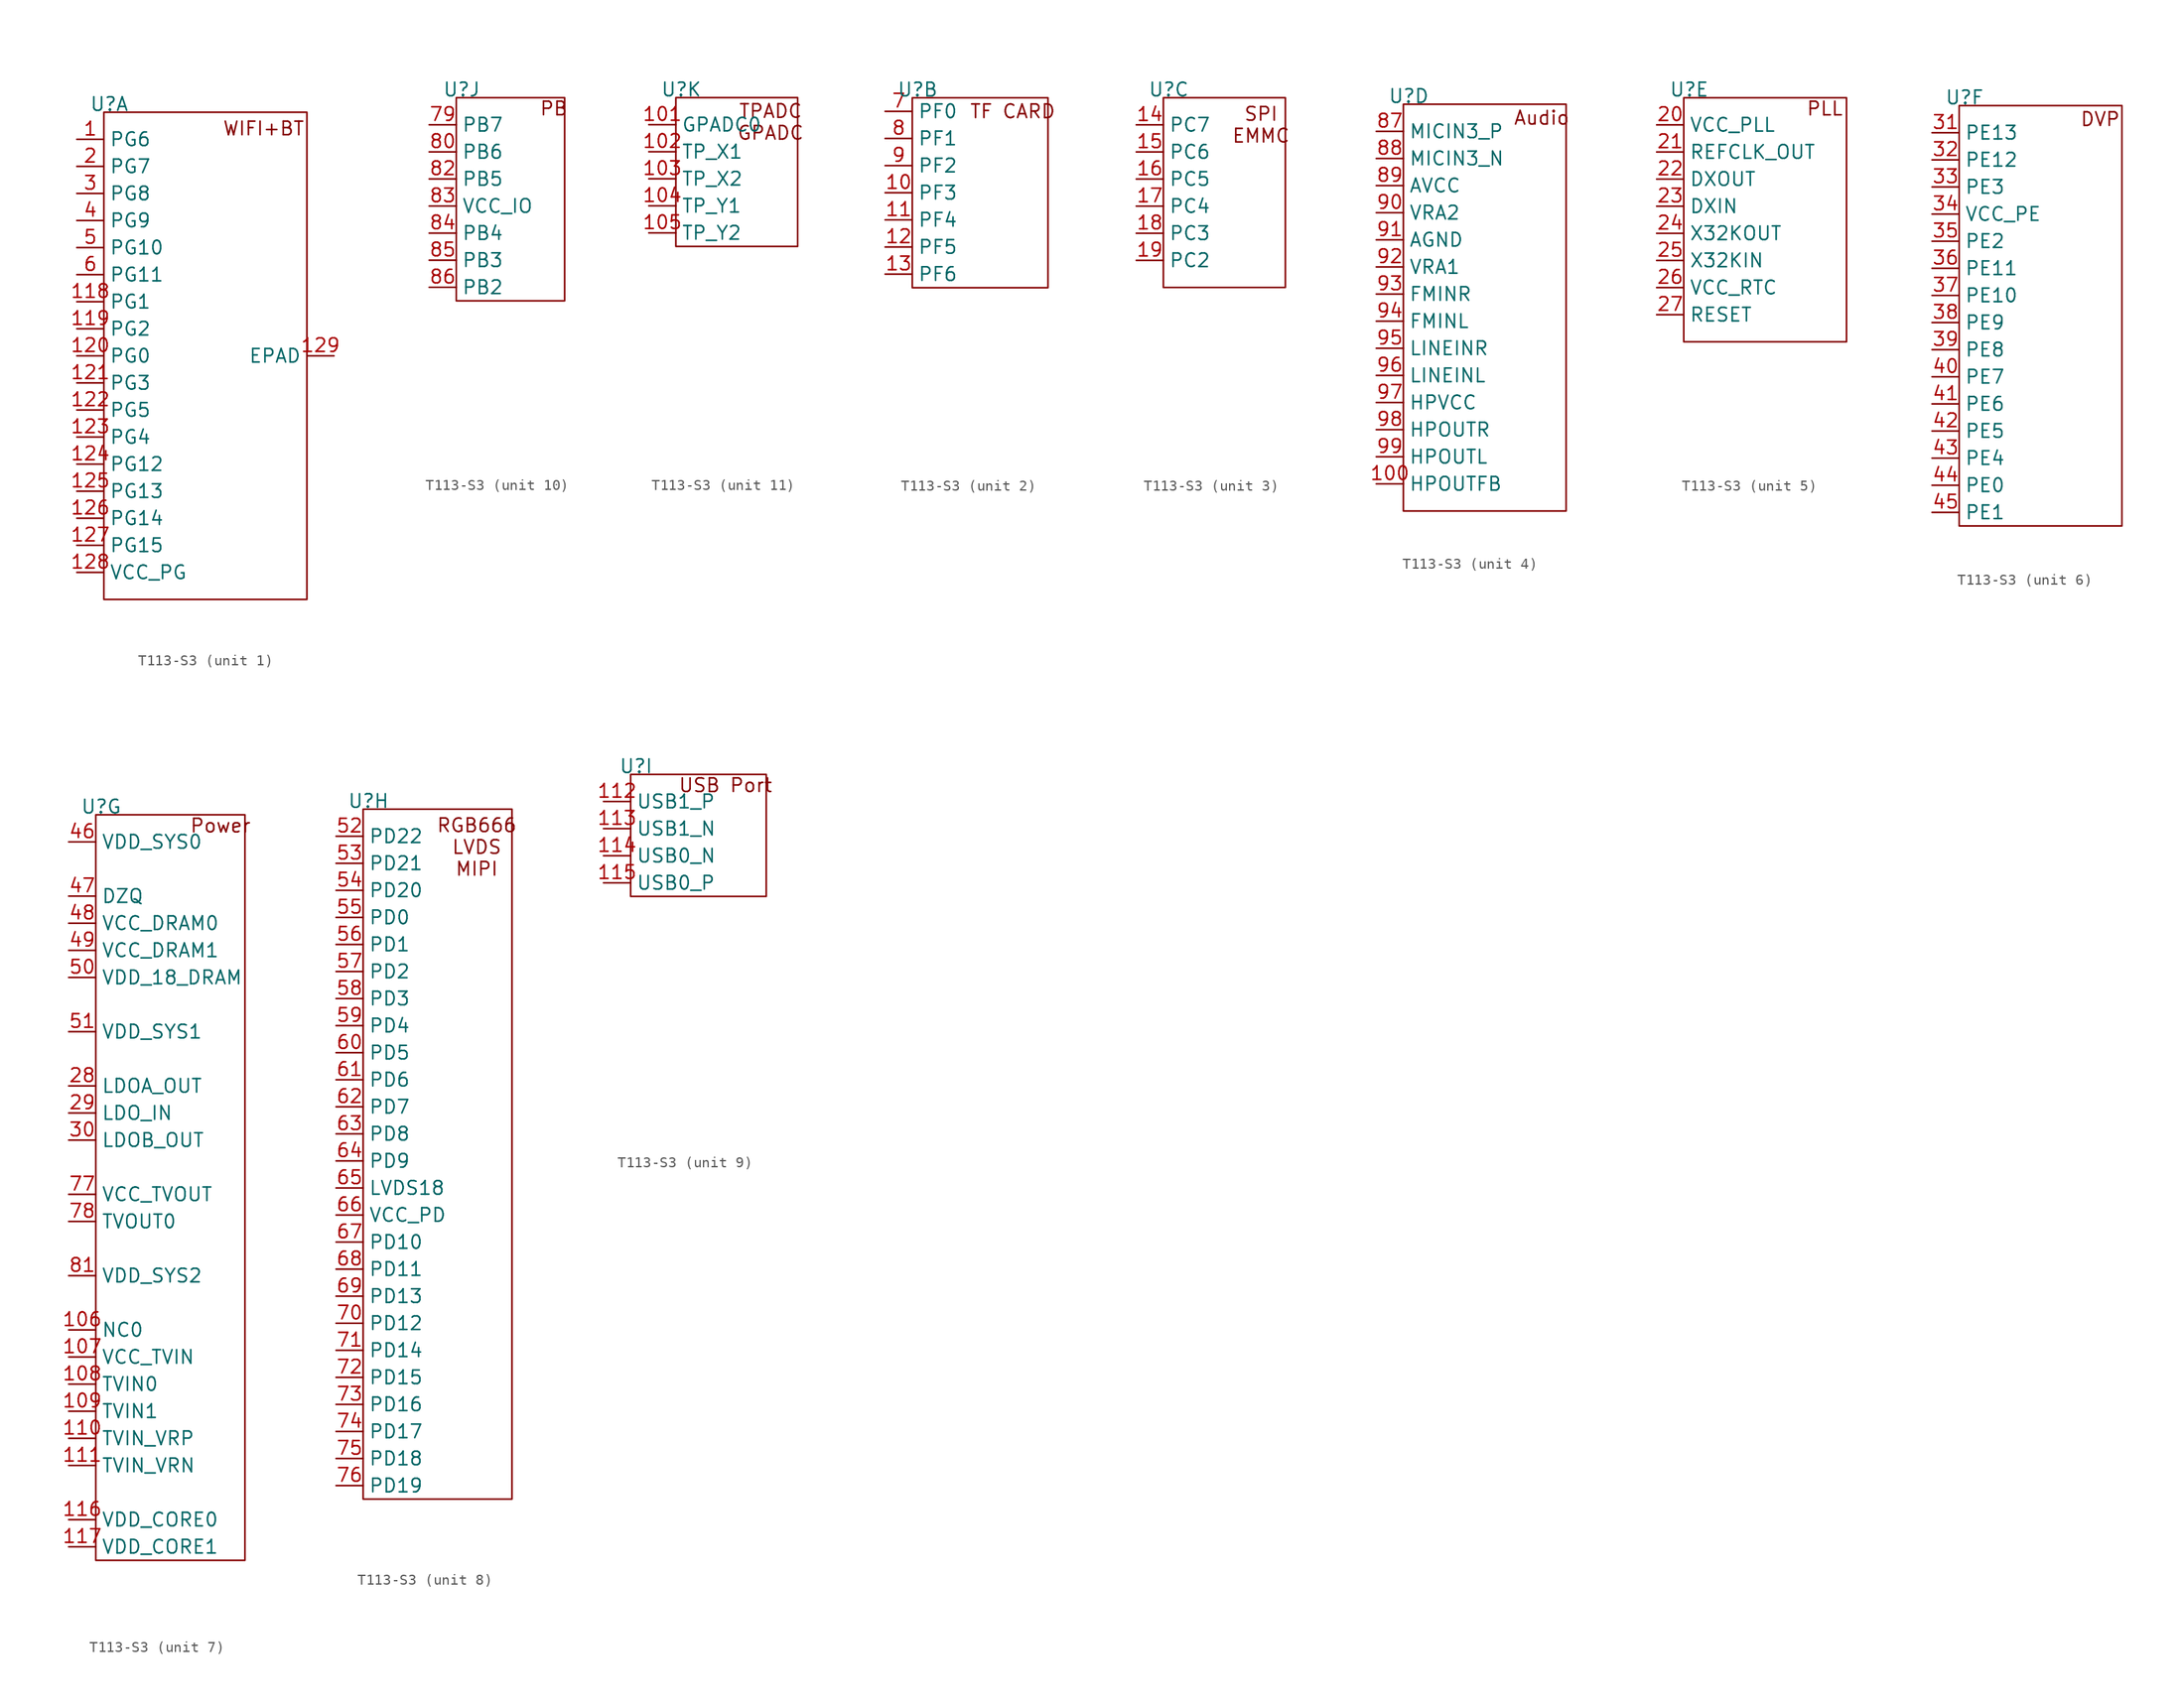
<source format=kicad_sym>
(kicad_symbol_lib
  (version 20231120)
  (generator "kicad_symbol_editor")
  (generator_version "8.0")
  (symbol "T113-S3"
    (property "Reference" "U"
      (at 0.508 0.762 0)
      (effects (font (size 1.27 1.27))))
    (property "Value" ""
      (at 0 -31.75 0)
      (effects (font (size 1.27 1.27))))
    (property "ki_locked" ""
      (at 0 0 0)
      (effects (font (size 1.27 1.27))))
    (symbol "T113-S3_1_1"
      (rectangle (start 0 0) (end 19.05 -45.72) (stroke (width 0) (type default)) (fill (type none)))
      (text "WIFI+BT" (at 14.986 -1.524 0) (effects (font (size 1.27 1.27))))
      (pin input line (at -2.54 -2.54 0) (length 2.54) (name "PG6" (effects (font (size 1.27 1.27)))) (number "1" (effects (font (size 1.27 1.27)))))
      (pin input line (at -2.54 -17.78 0) (length 2.54) (name "PG1" (effects (font (size 1.27 1.27)))) (number "118" (effects (font (size 1.27 1.27)))))
      (pin input line (at -2.54 -20.32 0) (length 2.54) (name "PG2" (effects (font (size 1.27 1.27)))) (number "119" (effects (font (size 1.27 1.27)))))
      (pin input line (at -2.54 -22.86 0) (length 2.54) (name "PG0" (effects (font (size 1.27 1.27)))) (number "120" (effects (font (size 1.27 1.27)))))
      (pin input line (at -2.54 -25.4 0) (length 2.54) (name "PG3" (effects (font (size 1.27 1.27)))) (number "121" (effects (font (size 1.27 1.27)))))
      (pin input line (at -2.54 -27.94 0) (length 2.54) (name "PG5" (effects (font (size 1.27 1.27)))) (number "122" (effects (font (size 1.27 1.27)))))
      (pin input line (at -2.54 -30.48 0) (length 2.54) (name "PG4" (effects (font (size 1.27 1.27)))) (number "123" (effects (font (size 1.27 1.27)))))
      (pin input line (at -2.54 -33.02 0) (length 2.54) (name "PG12" (effects (font (size 1.27 1.27)))) (number "124" (effects (font (size 1.27 1.27)))))
      (pin input line (at -2.54 -35.56 0) (length 2.54) (name "PG13" (effects (font (size 1.27 1.27)))) (number "125" (effects (font (size 1.27 1.27)))))
      (pin input line (at -2.54 -38.1 0) (length 2.54) (name "PG14" (effects (font (size 1.27 1.27)))) (number "126" (effects (font (size 1.27 1.27)))))
      (pin input line (at -2.54 -40.64 0) (length 2.54) (name "PG15" (effects (font (size 1.27 1.27)))) (number "127" (effects (font (size 1.27 1.27)))))
      (pin power_in line (at -2.54 -43.18 0) (length 2.54) (name "VCC_PG" (effects (font (size 1.27 1.27)))) (number "128" (effects (font (size 1.27 1.27)))))
      (pin power_in line (at 21.59 -22.86 180) (length 2.54) (name "EPAD" (effects (font (size 1.27 1.27)))) (number "129" (effects (font (size 1.27 1.27)))))
      (pin input line (at -2.54 -5.08 0) (length 2.54) (name "PG7" (effects (font (size 1.27 1.27)))) (number "2" (effects (font (size 1.27 1.27)))))
      (pin input line (at -2.54 -7.62 0) (length 2.54) (name "PG8" (effects (font (size 1.27 1.27)))) (number "3" (effects (font (size 1.27 1.27)))))
      (pin input line (at -2.54 -10.16 0) (length 2.54) (name "PG9" (effects (font (size 1.27 1.27)))) (number "4" (effects (font (size 1.27 1.27)))))
      (pin input line (at -2.54 -12.7 0) (length 2.54) (name "PG10" (effects (font (size 1.27 1.27)))) (number "5" (effects (font (size 1.27 1.27)))))
      (pin input line (at -2.54 -15.24 0) (length 2.54) (name "PG11" (effects (font (size 1.27 1.27)))) (number "6" (effects (font (size 1.27 1.27))))))
    (symbol "T113-S3_2_1"
      (rectangle (start 0 0) (end 12.7 -17.78) (stroke (width 0) (type default)) (fill (type none)))
      (text "TF CARD" (at 9.398 -1.27 0) (effects (font (size 1.27 1.27))))
      (pin input line (at -2.54 -8.89 0) (length 2.54) (name "PF3" (effects (font (size 1.27 1.27)))) (number "10" (effects (font (size 1.27 1.27)))))
      (pin input line (at -2.54 -11.43 0) (length 2.54) (name "PF4" (effects (font (size 1.27 1.27)))) (number "11" (effects (font (size 1.27 1.27)))))
      (pin input line (at -2.54 -13.97 0) (length 2.54) (name "PF5" (effects (font (size 1.27 1.27)))) (number "12" (effects (font (size 1.27 1.27)))))
      (pin input line (at -2.54 -16.51 0) (length 2.54) (name "PF6" (effects (font (size 1.27 1.27)))) (number "13" (effects (font (size 1.27 1.27)))))
      (pin input line (at -2.54 -1.27 0) (length 2.54) (name "PF0" (effects (font (size 1.27 1.27)))) (number "7" (effects (font (size 1.27 1.27)))))
      (pin input line (at -2.54 -3.81 0) (length 2.54) (name "PF1" (effects (font (size 1.27 1.27)))) (number "8" (effects (font (size 1.27 1.27)))))
      (pin input line (at -2.54 -6.35 0) (length 2.54) (name "PF2" (effects (font (size 1.27 1.27)))) (number "9" (effects (font (size 1.27 1.27))))))
    (symbol "T113-S3_3_1"
      (rectangle (start 0 0) (end 11.43 -17.78) (stroke (width 0) (type default)) (fill (type none)))
      (text "SPI\nEMMC" (at 9.144 -2.54 0) (effects (font (size 1.27 1.27))))
      (pin input line (at -2.54 -2.54 0) (length 2.54) (name "PC7" (effects (font (size 1.27 1.27)))) (number "14" (effects (font (size 1.27 1.27)))))
      (pin input line (at -2.54 -5.08 0) (length 2.54) (name "PC6" (effects (font (size 1.27 1.27)))) (number "15" (effects (font (size 1.27 1.27)))))
      (pin input line (at -2.54 -7.62 0) (length 2.54) (name "PC5" (effects (font (size 1.27 1.27)))) (number "16" (effects (font (size 1.27 1.27)))))
      (pin input line (at -2.54 -10.16 0) (length 2.54) (name "PC4" (effects (font (size 1.27 1.27)))) (number "17" (effects (font (size 1.27 1.27)))))
      (pin input line (at -2.54 -12.7 0) (length 2.54) (name "PC3" (effects (font (size 1.27 1.27)))) (number "18" (effects (font (size 1.27 1.27)))))
      (pin input line (at -2.54 -15.24 0) (length 2.54) (name "PC2" (effects (font (size 1.27 1.27)))) (number "19" (effects (font (size 1.27 1.27))))))
    (symbol "T113-S3_4_1"
      (rectangle (start 0 0) (end 15.24 -38.1) (stroke (width 0) (type default)) (fill (type none)))
      (text "Audio" (at 12.954 -1.27 0) (effects (font (size 1.27 1.27))))
      (pin input line (at -2.54 -35.56 0) (length 2.54) (name "HPOUTFB" (effects (font (size 1.27 1.27)))) (number "100" (effects (font (size 1.27 1.27)))))
      (pin input line (at -2.54 -2.54 0) (length 2.54) (name "MICIN3_P" (effects (font (size 1.27 1.27)))) (number "87" (effects (font (size 1.27 1.27)))))
      (pin input line (at -2.54 -5.08 0) (length 2.54) (name "MICIN3_N" (effects (font (size 1.27 1.27)))) (number "88" (effects (font (size 1.27 1.27)))))
      (pin input line (at -2.54 -7.62 0) (length 2.54) (name "AVCC" (effects (font (size 1.27 1.27)))) (number "89" (effects (font (size 1.27 1.27)))))
      (pin input line (at -2.54 -10.16 0) (length 2.54) (name "VRA2" (effects (font (size 1.27 1.27)))) (number "90" (effects (font (size 1.27 1.27)))))
      (pin input line (at -2.54 -12.7 0) (length 2.54) (name "AGND" (effects (font (size 1.27 1.27)))) (number "91" (effects (font (size 1.27 1.27)))))
      (pin input line (at -2.54 -15.24 0) (length 2.54) (name "VRA1" (effects (font (size 1.27 1.27)))) (number "92" (effects (font (size 1.27 1.27)))))
      (pin input line (at -2.54 -17.78 0) (length 2.54) (name "FMINR" (effects (font (size 1.27 1.27)))) (number "93" (effects (font (size 1.27 1.27)))))
      (pin input line (at -2.54 -20.32 0) (length 2.54) (name "FMINL" (effects (font (size 1.27 1.27)))) (number "94" (effects (font (size 1.27 1.27)))))
      (pin input line (at -2.54 -22.86 0) (length 2.54) (name "LINEINR" (effects (font (size 1.27 1.27)))) (number "95" (effects (font (size 1.27 1.27)))))
      (pin input line (at -2.54 -25.4 0) (length 2.54) (name "LINEINL" (effects (font (size 1.27 1.27)))) (number "96" (effects (font (size 1.27 1.27)))))
      (pin input line (at -2.54 -27.94 0) (length 2.54) (name "HPVCC" (effects (font (size 1.27 1.27)))) (number "97" (effects (font (size 1.27 1.27)))))
      (pin input line (at -2.54 -30.48 0) (length 2.54) (name "HPOUTR" (effects (font (size 1.27 1.27)))) (number "98" (effects (font (size 1.27 1.27)))))
      (pin input line (at -2.54 -33.02 0) (length 2.54) (name "HPOUTL" (effects (font (size 1.27 1.27)))) (number "99" (effects (font (size 1.27 1.27))))))
    (symbol "T113-S3_5_1"
      (rectangle (start 0 0) (end 15.24 -22.86) (stroke (width 0) (type default)) (fill (type none)))
      (text "PLL" (at 13.208 -1.016 0) (effects (font (size 1.27 1.27))))
      (pin input line (at -2.54 -2.54 0) (length 2.54) (name "VCC_PLL" (effects (font (size 1.27 1.27)))) (number "20" (effects (font (size 1.27 1.27)))))
      (pin input line (at -2.54 -5.08 0) (length 2.54) (name "REFCLK_OUT" (effects (font (size 1.27 1.27)))) (number "21" (effects (font (size 1.27 1.27)))))
      (pin input line (at -2.54 -7.62 0) (length 2.54) (name "DXOUT" (effects (font (size 1.27 1.27)))) (number "22" (effects (font (size 1.27 1.27)))))
      (pin input line (at -2.54 -10.16 0) (length 2.54) (name "DXIN" (effects (font (size 1.27 1.27)))) (number "23" (effects (font (size 1.27 1.27)))))
      (pin input line (at -2.54 -12.7 0) (length 2.54) (name "X32KOUT" (effects (font (size 1.27 1.27)))) (number "24" (effects (font (size 1.27 1.27)))))
      (pin input line (at -2.54 -15.24 0) (length 2.54) (name "X32KIN" (effects (font (size 1.27 1.27)))) (number "25" (effects (font (size 1.27 1.27)))))
      (pin input line (at -2.54 -17.78 0) (length 2.54) (name "VCC_RTC" (effects (font (size 1.27 1.27)))) (number "26" (effects (font (size 1.27 1.27)))))
      (pin input line (at -2.54 -20.32 0) (length 2.54) (name "RESET" (effects (font (size 1.27 1.27)))) (number "27" (effects (font (size 1.27 1.27))))))
    (symbol "T113-S3_6_1"
      (rectangle (start 0 0) (end 15.24 -39.37) (stroke (width 0) (type default)) (fill (type none)))
      (text "DVP" (at 13.208 -1.27 0) (effects (font (size 1.27 1.27))))
      (pin input line (at -2.54 -2.54 0) (length 2.54) (name "PE13" (effects (font (size 1.27 1.27)))) (number "31" (effects (font (size 1.27 1.27)))))
      (pin input line (at -2.54 -5.08 0) (length 2.54) (name "PE12" (effects (font (size 1.27 1.27)))) (number "32" (effects (font (size 1.27 1.27)))))
      (pin input line (at -2.54 -7.62 0) (length 2.54) (name "PE3" (effects (font (size 1.27 1.27)))) (number "33" (effects (font (size 1.27 1.27)))))
      (pin input line (at -2.54 -10.16 0) (length 2.54) (name "VCC_PE" (effects (font (size 1.27 1.27)))) (number "34" (effects (font (size 1.27 1.27)))))
      (pin input line (at -2.54 -12.7 0) (length 2.54) (name "PE2" (effects (font (size 1.27 1.27)))) (number "35" (effects (font (size 1.27 1.27)))))
      (pin input line (at -2.54 -15.24 0) (length 2.54) (name "PE11" (effects (font (size 1.27 1.27)))) (number "36" (effects (font (size 1.27 1.27)))))
      (pin input line (at -2.54 -17.78 0) (length 2.54) (name "PE10" (effects (font (size 1.27 1.27)))) (number "37" (effects (font (size 1.27 1.27)))))
      (pin input line (at -2.54 -20.32 0) (length 2.54) (name "PE9" (effects (font (size 1.27 1.27)))) (number "38" (effects (font (size 1.27 1.27)))))
      (pin input line (at -2.54 -22.86 0) (length 2.54) (name "PE8" (effects (font (size 1.27 1.27)))) (number "39" (effects (font (size 1.27 1.27)))))
      (pin input line (at -2.54 -25.4 0) (length 2.54) (name "PE7" (effects (font (size 1.27 1.27)))) (number "40" (effects (font (size 1.27 1.27)))))
      (pin input line (at -2.54 -27.94 0) (length 2.54) (name "PE6" (effects (font (size 1.27 1.27)))) (number "41" (effects (font (size 1.27 1.27)))))
      (pin input line (at -2.54 -30.48 0) (length 2.54) (name "PE5" (effects (font (size 1.27 1.27)))) (number "42" (effects (font (size 1.27 1.27)))))
      (pin input line (at -2.54 -33.02 0) (length 2.54) (name "PE4" (effects (font (size 1.27 1.27)))) (number "43" (effects (font (size 1.27 1.27)))))
      (pin input line (at -2.54 -35.56 0) (length 2.54) (name "PE0" (effects (font (size 1.27 1.27)))) (number "44" (effects (font (size 1.27 1.27)))))
      (pin input line (at -2.54 -38.1 0) (length 2.54) (name "PE1" (effects (font (size 1.27 1.27)))) (number "45" (effects (font (size 1.27 1.27))))))
    (symbol "T113-S3_7_1"
      (rectangle (start 0 0) (end 13.97 -69.85) (stroke (width 0) (type default)) (fill (type none)))
      (text "Power" (at 11.684 -1.016 0) (effects (font (size 1.27 1.27))))
      (pin input line (at -2.54 -48.26 0) (length 2.54) (name "NC0" (effects (font (size 1.27 1.27)))) (number "106" (effects (font (size 1.27 1.27)))))
      (pin input line (at -2.54 -50.8 0) (length 2.54) (name "VCC_TVIN" (effects (font (size 1.27 1.27)))) (number "107" (effects (font (size 1.27 1.27)))))
      (pin input line (at -2.54 -53.34 0) (length 2.54) (name "TVIN0" (effects (font (size 1.27 1.27)))) (number "108" (effects (font (size 1.27 1.27)))))
      (pin input line (at -2.54 -55.88 0) (length 2.54) (name "TVIN1" (effects (font (size 1.27 1.27)))) (number "109" (effects (font (size 1.27 1.27)))))
      (pin input line (at -2.54 -58.42 0) (length 2.54) (name "TVIN_VRP" (effects (font (size 1.27 1.27)))) (number "110" (effects (font (size 1.27 1.27)))))
      (pin input line (at -2.54 -60.96 0) (length 2.54) (name "TVIN_VRN" (effects (font (size 1.27 1.27)))) (number "111" (effects (font (size 1.27 1.27)))))
      (pin input line (at -2.54 -66.04 0) (length 2.54) (name "VDD_CORE0" (effects (font (size 1.27 1.27)))) (number "116" (effects (font (size 1.27 1.27)))))
      (pin input line (at -2.54 -68.58 0) (length 2.54) (name "VDD_CORE1" (effects (font (size 1.27 1.27)))) (number "117" (effects (font (size 1.27 1.27)))))
      (pin input line (at -2.54 -25.4 0) (length 2.54) (name "LDOA_OUT" (effects (font (size 1.27 1.27)))) (number "28" (effects (font (size 1.27 1.27)))))
      (pin input line (at -2.54 -27.94 0) (length 2.54) (name "LDO_IN" (effects (font (size 1.27 1.27)))) (number "29" (effects (font (size 1.27 1.27)))))
      (pin input line (at -2.54 -30.48 0) (length 2.54) (name "LDOB_OUT" (effects (font (size 1.27 1.27)))) (number "30" (effects (font (size 1.27 1.27)))))
      (pin input line (at -2.54 -2.54 0) (length 2.54) (name "VDD_SYS0" (effects (font (size 1.27 1.27)))) (number "46" (effects (font (size 1.27 1.27)))))
      (pin input line (at -2.54 -7.62 0) (length 2.54) (name "DZQ" (effects (font (size 1.27 1.27)))) (number "47" (effects (font (size 1.27 1.27)))))
      (pin input line (at -2.54 -10.16 0) (length 2.54) (name "VCC_DRAM0" (effects (font (size 1.27 1.27)))) (number "48" (effects (font (size 1.27 1.27)))))
      (pin input line (at -2.54 -12.7 0) (length 2.54) (name "VCC_DRAM1" (effects (font (size 1.27 1.27)))) (number "49" (effects (font (size 1.27 1.27)))))
      (pin input line (at -2.54 -15.24 0) (length 2.54) (name "VDD_18_DRAM" (effects (font (size 1.27 1.27)))) (number "50" (effects (font (size 1.27 1.27)))))
      (pin input line (at -2.54 -20.32 0) (length 2.54) (name "VDD_SYS1" (effects (font (size 1.27 1.27)))) (number "51" (effects (font (size 1.27 1.27)))))
      (pin input line (at -2.54 -35.56 0) (length 2.54) (name "VCC_TVOUT" (effects (font (size 1.27 1.27)))) (number "77" (effects (font (size 1.27 1.27)))))
      (pin input line (at -2.54 -38.1 0) (length 2.54) (name "TVOUT0" (effects (font (size 1.27 1.27)))) (number "78" (effects (font (size 1.27 1.27)))))
      (pin input line (at -2.54 -43.18 0) (length 2.54) (name "VDD_SYS2" (effects (font (size 1.27 1.27)))) (number "81" (effects (font (size 1.27 1.27))))))
    (symbol "T113-S3_8_1"
      (rectangle (start 0 0) (end 13.97 -64.77) (stroke (width 0) (type default)) (fill (type none)))
      (text "RGB666\nLVDS\nMIPI" (at 10.668 -3.556 0) (effects (font (size 1.27 1.27))))
      (pin input line (at -2.54 -2.54 0) (length 2.54) (name "PD22" (effects (font (size 1.27 1.27)))) (number "52" (effects (font (size 1.27 1.27)))))
      (pin input line (at -2.54 -5.08 0) (length 2.54) (name "PD21" (effects (font (size 1.27 1.27)))) (number "53" (effects (font (size 1.27 1.27)))))
      (pin input line (at -2.54 -7.62 0) (length 2.54) (name "PD20" (effects (font (size 1.27 1.27)))) (number "54" (effects (font (size 1.27 1.27)))))
      (pin input line (at -2.54 -10.16 0) (length 2.54) (name "PD0" (effects (font (size 1.27 1.27)))) (number "55" (effects (font (size 1.27 1.27)))))
      (pin input line (at -2.54 -12.7 0) (length 2.54) (name "PD1" (effects (font (size 1.27 1.27)))) (number "56" (effects (font (size 1.27 1.27)))))
      (pin input line (at -2.54 -15.24 0) (length 2.54) (name "PD2" (effects (font (size 1.27 1.27)))) (number "57" (effects (font (size 1.27 1.27)))))
      (pin input line (at -2.54 -17.78 0) (length 2.54) (name "PD3" (effects (font (size 1.27 1.27)))) (number "58" (effects (font (size 1.27 1.27)))))
      (pin input line (at -2.54 -20.32 0) (length 2.54) (name "PD4" (effects (font (size 1.27 1.27)))) (number "59" (effects (font (size 1.27 1.27)))))
      (pin input line (at -2.54 -22.86 0) (length 2.54) (name "PD5" (effects (font (size 1.27 1.27)))) (number "60" (effects (font (size 1.27 1.27)))))
      (pin input line (at -2.54 -25.4 0) (length 2.54) (name "PD6" (effects (font (size 1.27 1.27)))) (number "61" (effects (font (size 1.27 1.27)))))
      (pin input line (at -2.54 -27.94 0) (length 2.54) (name "PD7" (effects (font (size 1.27 1.27)))) (number "62" (effects (font (size 1.27 1.27)))))
      (pin input line (at -2.54 -30.48 0) (length 2.54) (name "PD8" (effects (font (size 1.27 1.27)))) (number "63" (effects (font (size 1.27 1.27)))))
      (pin input line (at -2.54 -33.02 0) (length 2.54) (name "PD9" (effects (font (size 1.27 1.27)))) (number "64" (effects (font (size 1.27 1.27)))))
      (pin input line (at -2.54 -35.56 0) (length 2.54) (name "LVDS18" (effects (font (size 1.27 1.27)))) (number "65" (effects (font (size 1.27 1.27)))))
      (pin input line (at -2.54 -38.1 0) (length 2.54) (name "VCC_PD" (effects (font (size 1.27 1.27)))) (number "66" (effects (font (size 1.27 1.27)))))
      (pin input line (at -2.54 -40.64 0) (length 2.54) (name "PD10" (effects (font (size 1.27 1.27)))) (number "67" (effects (font (size 1.27 1.27)))))
      (pin input line (at -2.54 -43.18 0) (length 2.54) (name "PD11" (effects (font (size 1.27 1.27)))) (number "68" (effects (font (size 1.27 1.27)))))
      (pin input line (at -2.54 -45.72 0) (length 2.54) (name "PD13" (effects (font (size 1.27 1.27)))) (number "69" (effects (font (size 1.27 1.27)))))
      (pin input line (at -2.54 -48.26 0) (length 2.54) (name "PD12" (effects (font (size 1.27 1.27)))) (number "70" (effects (font (size 1.27 1.27)))))
      (pin input line (at -2.54 -50.8 0) (length 2.54) (name "PD14" (effects (font (size 1.27 1.27)))) (number "71" (effects (font (size 1.27 1.27)))))
      (pin input line (at -2.54 -53.34 0) (length 2.54) (name "PD15" (effects (font (size 1.27 1.27)))) (number "72" (effects (font (size 1.27 1.27)))))
      (pin input line (at -2.54 -55.88 0) (length 2.54) (name "PD16" (effects (font (size 1.27 1.27)))) (number "73" (effects (font (size 1.27 1.27)))))
      (pin input line (at -2.54 -58.42 0) (length 2.54) (name "PD17" (effects (font (size 1.27 1.27)))) (number "74" (effects (font (size 1.27 1.27)))))
      (pin input line (at -2.54 -60.96 0) (length 2.54) (name "PD18" (effects (font (size 1.27 1.27)))) (number "75" (effects (font (size 1.27 1.27)))))
      (pin input line (at -2.54 -63.5 0) (length 2.54) (name "PD19" (effects (font (size 1.27 1.27)))) (number "76" (effects (font (size 1.27 1.27))))))
    (symbol "T113-S3_9_1"
      (rectangle (start 0 0) (end 12.7 -11.43) (stroke (width 0) (type default)) (fill (type none)))
      (text "USB Port" (at 8.89 -1.016 0) (effects (font (size 1.27 1.27))))
      (pin input line (at -2.54 -2.54 0) (length 2.54) (name "USB1_P" (effects (font (size 1.27 1.27)))) (number "112" (effects (font (size 1.27 1.27)))))
      (pin input line (at -2.54 -5.08 0) (length 2.54) (name "USB1_N" (effects (font (size 1.27 1.27)))) (number "113" (effects (font (size 1.27 1.27)))))
      (pin input line (at -2.54 -7.62 0) (length 2.54) (name "USB0_N" (effects (font (size 1.27 1.27)))) (number "114" (effects (font (size 1.27 1.27)))))
      (pin input line (at -2.54 -10.16 0) (length 2.54) (name "USB0_P" (effects (font (size 1.27 1.27)))) (number "115" (effects (font (size 1.27 1.27))))))
    (symbol "T113-S3_10_1"
      (rectangle (start 0 0) (end 10.16 -19.05) (stroke (width 0) (type default)) (fill (type none)))
      (text "PB" (at 9.144 -1.016 0) (effects (font (size 1.27 1.27))))
      (pin input line (at -2.54 -2.54 0) (length 2.54) (name "PB7" (effects (font (size 1.27 1.27)))) (number "79" (effects (font (size 1.27 1.27)))))
      (pin input line (at -2.54 -5.08 0) (length 2.54) (name "PB6" (effects (font (size 1.27 1.27)))) (number "80" (effects (font (size 1.27 1.27)))))
      (pin input line (at -2.54 -7.62 0) (length 2.54) (name "PB5" (effects (font (size 1.27 1.27)))) (number "82" (effects (font (size 1.27 1.27)))))
      (pin input line (at -2.54 -10.16 0) (length 2.54) (name "VCC_IO" (effects (font (size 1.27 1.27)))) (number "83" (effects (font (size 1.27 1.27)))))
      (pin input line (at -2.54 -12.7 0) (length 2.54) (name "PB4" (effects (font (size 1.27 1.27)))) (number "84" (effects (font (size 1.27 1.27)))))
      (pin input line (at -2.54 -15.24 0) (length 2.54) (name "PB3" (effects (font (size 1.27 1.27)))) (number "85" (effects (font (size 1.27 1.27)))))
      (pin input line (at -2.54 -17.78 0) (length 2.54) (name "PB2" (effects (font (size 1.27 1.27)))) (number "86" (effects (font (size 1.27 1.27))))))
    (symbol "T113-S3_11_1"
      (rectangle (start 0 0) (end 11.43 -13.97) (stroke (width 0) (type default)) (fill (type none)))
      (text "TPADC\nGPADC" (at 8.89 -2.286 0) (effects (font (size 1.27 1.27))))
      (pin input line (at -2.54 -2.54 0) (length 2.54) (name "GPADC0" (effects (font (size 1.27 1.27)))) (number "101" (effects (font (size 1.27 1.27)))))
      (pin input line (at -2.54 -5.08 0) (length 2.54) (name "TP_X1" (effects (font (size 1.27 1.27)))) (number "102" (effects (font (size 1.27 1.27)))))
      (pin input line (at -2.54 -7.62 0) (length 2.54) (name "TP_X2" (effects (font (size 1.27 1.27)))) (number "103" (effects (font (size 1.27 1.27)))))
      (pin input line (at -2.54 -10.16 0) (length 2.54) (name "TP_Y1" (effects (font (size 1.27 1.27)))) (number "104" (effects (font (size 1.27 1.27)))))
      (pin input line (at -2.54 -12.7 0) (length 2.54) (name "TP_Y2" (effects (font (size 1.27 1.27)))) (number "105" (effects (font (size 1.27 1.27))))))))
</source>
